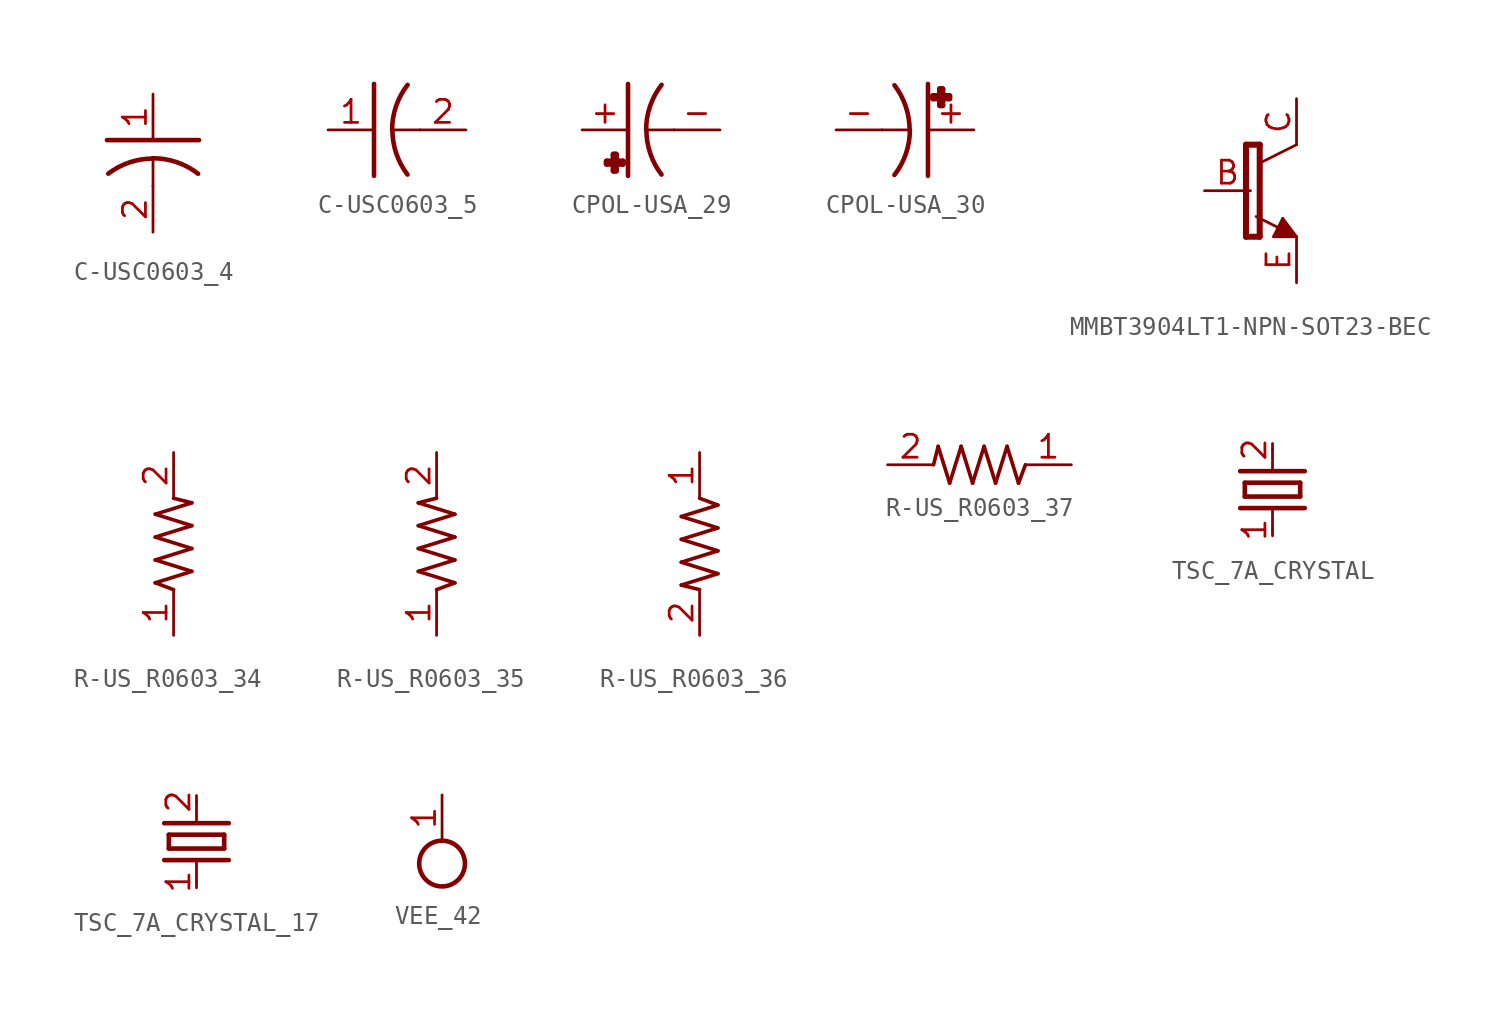
<source format=kicad_sym>
(kicad_symbol_lib
  (version 20231120)
  (generator "kicad_symbol_editor")
  (generator_version "8.0")
  (symbol "C-USC0603_4"
    (property "Reference" "C"
      (at 0 0 0)
      (effects (font (size 1.27 1.27)) (hide yes)))
    (property "ki_locked" ""
      (at 0 0 0)
      (effects (font (size 1.27 1.27))))
    (symbol "C-USC0603_4_1_0"
      (polyline (pts (xy -2.54 1.27) (xy 2.54 1.27)) (stroke (width 0.254) (type solid)) (fill (type none)))
      (polyline (pts (xy 0 0.254) (xy 0 -1.27)) (stroke (width 0.152) (type solid)) (fill (type none)))
      (arc (start 0 0.254) (mid -1.3021 0.0399) (end -2.467 -0.58) (stroke (width 0.254) (type solid)) (fill (type none)))
      (arc (start 2.489 -0.584) (mid 1.3157 0.0506) (end 0 0.2701) (stroke (width 0.254) (type solid)) (fill (type none)))
      (pin passive line (at 0 3.81 270) (length 2.54) (name "1" (effects (font (size 0 0)))) (number "1" (effects (font (size 1.27 1.27)))))
      (pin passive line (at 0 -3.81 90) (length 2.54) (name "2" (effects (font (size 0 0)))) (number "2" (effects (font (size 1.27 1.27)))))))
  (symbol "C-USC0603_5"
    (property "Reference" "C"
      (at 0 0 0)
      (effects (font (size 1.27 1.27)) (hide yes)))
    (property "ki_locked" ""
      (at 0 0 0)
      (effects (font (size 1.27 1.27))))
    (symbol "C-USC0603_5_1_0"
      (arc (start -0.254 0) (mid -0.0399 -1.3021) (end 0.58 -2.467) (stroke (width 0.254) (type solid)) (fill (type none)))
      (polyline (pts (xy -1.27 -2.54) (xy -1.27 2.54)) (stroke (width 0.254) (type solid)) (fill (type none)))
      (polyline (pts (xy -0.254 0) (xy 1.27 0)) (stroke (width 0.152) (type solid)) (fill (type none)))
      (arc (start 0.584 2.489) (mid -0.0506 1.3157) (end -0.27 0) (stroke (width 0.254) (type solid)) (fill (type none)))
      (pin passive line (at -3.81 0 0) (length 2.54) (name "1" (effects (font (size 0 0)))) (number "1" (effects (font (size 1.27 1.27)))))
      (pin passive line (at 3.81 0 180) (length 2.54) (name "2" (effects (font (size 0 0)))) (number "2" (effects (font (size 1.27 1.27)))))))
  (symbol "CPOL-USA_29"
    (property "Reference" "C"
      (at 0 0 0)
      (effects (font (size 1.27 1.27)) (hide yes)))
    (property "ki_locked" ""
      (at 0 0 0)
      (effects (font (size 1.27 1.27))))
    (symbol "CPOL-USA_29_1_0"
      (polyline (pts (xy -1.858 -1.872) (xy -1.858 -1.745)) (stroke (width 0.333) (type solid)) (fill (type none)))
      (polyline (pts (xy -1.858 -1.745) (xy -0.969 -1.745)) (stroke (width 0.333) (type solid)) (fill (type none)))
      (polyline (pts (xy -1.477 -2.253) (xy -1.477 -1.364)) (stroke (width 0.333) (type solid)) (fill (type none)))
      (polyline (pts (xy -1.477 -1.364) (xy -1.35 -1.364)) (stroke (width 0.333) (type solid)) (fill (type none)))
      (polyline (pts (xy -1.35 -2.253) (xy -1.477 -2.253)) (stroke (width 0.333) (type solid)) (fill (type none)))
      (polyline (pts (xy -1.35 -1.364) (xy -1.35 -2.253)) (stroke (width 0.333) (type solid)) (fill (type none)))
      (polyline (pts (xy -0.969 -1.872) (xy -1.858 -1.872)) (stroke (width 0.333) (type solid)) (fill (type none)))
      (polyline (pts (xy -0.969 -1.745) (xy -0.969 -1.872)) (stroke (width 0.333) (type solid)) (fill (type none)))
      (polyline (pts (xy -0.682 -2.54) (xy -0.682 2.54)) (stroke (width 0.254) (type solid)) (fill (type none)))
      (polyline (pts (xy 0.334 0) (xy 1.858 0)) (stroke (width 0.152) (type solid)) (fill (type none)))
      (arc (start 0.334 0) (mid 0.548 -1.3021) (end 1.168 -2.467) (stroke (width 0.254) (type solid)) (fill (type none)))
      (arc (start 1.172 2.489) (mid 0.5374 1.3157) (end 0.318 0) (stroke (width 0.254) (type solid)) (fill (type none)))
      (pin passive line (at -3.222 0 0) (length 2.54) (name "+" (effects (font (size 0 0)))) (number "+" (effects (font (size 1.27 1.27)))))
      (pin passive line (at 4.398 0 180) (length 2.54) (name "-" (effects (font (size 0 0)))) (number "-" (effects (font (size 1.27 1.27)))))))
  (symbol "CPOL-USA_30"
    (property "Reference" "C"
      (at 0 0 0)
      (effects (font (size 1.27 1.27)) (hide yes)))
    (property "ki_locked" ""
      (at 0 0 0)
      (effects (font (size 1.27 1.27))))
    (symbol "CPOL-USA_30_1_0"
      (arc (start -1.172 -2.489) (mid -0.5374 -1.3157) (end -0.318 0) (stroke (width 0.254) (type solid)) (fill (type none)))
      (arc (start -0.334 0) (mid -0.548 1.3021) (end -1.168 2.467) (stroke (width 0.254) (type solid)) (fill (type none)))
      (polyline (pts (xy -0.334 0) (xy -1.858 0)) (stroke (width 0.152) (type solid)) (fill (type none)))
      (polyline (pts (xy 0.682 2.54) (xy 0.682 -2.54)) (stroke (width 0.254) (type solid)) (fill (type none)))
      (polyline (pts (xy 0.969 1.744) (xy 0.969 1.872)) (stroke (width 0.333) (type solid)) (fill (type none)))
      (polyline (pts (xy 0.969 1.872) (xy 1.858 1.872)) (stroke (width 0.333) (type solid)) (fill (type none)))
      (polyline (pts (xy 1.35 1.364) (xy 1.35 2.253)) (stroke (width 0.333) (type solid)) (fill (type none)))
      (polyline (pts (xy 1.35 2.253) (xy 1.476 2.253)) (stroke (width 0.333) (type solid)) (fill (type none)))
      (polyline (pts (xy 1.476 1.364) (xy 1.35 1.364)) (stroke (width 0.333) (type solid)) (fill (type none)))
      (polyline (pts (xy 1.476 2.253) (xy 1.476 1.364)) (stroke (width 0.333) (type solid)) (fill (type none)))
      (polyline (pts (xy 1.858 1.744) (xy 0.969 1.744)) (stroke (width 0.333) (type solid)) (fill (type none)))
      (polyline (pts (xy 1.858 1.872) (xy 1.858 1.744)) (stroke (width 0.333) (type solid)) (fill (type none)))
      (pin passive line (at 3.222 0 180) (length 2.54) (name "+" (effects (font (size 0 0)))) (number "+" (effects (font (size 1.27 1.27)))))
      (pin passive line (at -4.398 0 0) (length 2.54) (name "-" (effects (font (size 0 0)))) (number "-" (effects (font (size 1.27 1.27)))))))
  (symbol "MMBT3904LT1-NPN-SOT23-BEC"
    (property "Reference" "Q"
      (at 0 0 0)
      (effects (font (size 1.27 1.27)) (hide yes)))
    (property "ki_locked" ""
      (at 0 0 0)
      (effects (font (size 1.27 1.27))))
    (symbol "MMBT3904LT1-NPN-SOT23-BEC_1_0"
      (polyline (pts (xy -1.395 -2.54) (xy -0.637 -2.54)) (stroke (width 0.333) (type solid)) (fill (type none)))
      (polyline (pts (xy -1.395 2.54) (xy -1.395 -2.54)) (stroke (width 0.333) (type solid)) (fill (type none)))
      (polyline (pts (xy -0.637 -2.54) (xy -0.637 2.54)) (stroke (width 0.333) (type solid)) (fill (type none)))
      (polyline (pts (xy -0.637 2.54) (xy -1.395 2.54)) (stroke (width 0.333) (type solid)) (fill (type none)))
      (polyline (pts (xy 0.125 -2.54) (xy 0.633 -1.524)) (stroke (width 0.152) (type solid)) (fill (type none)))
      (polyline (pts (xy 0.379 -2.413) (xy 1.141 -2.413)) (stroke (width 0.254) (type solid)) (fill (type none)))
      (polyline (pts (xy 0.379 -2.286) (xy 0.76 -2.286)) (stroke (width 0.254) (type solid)) (fill (type none)))
      (polyline (pts (xy 0.395 -2.04) (xy -0.837 -1.424)) (stroke (width 0.152) (type solid)) (fill (type none)))
      (polyline (pts (xy 0.633 -1.778) (xy 0.379 -2.286)) (stroke (width 0.254) (type solid)) (fill (type none)))
      (polyline (pts (xy 0.633 -1.524) (xy 1.395 -2.54)) (stroke (width 0.152) (type solid)) (fill (type none)))
      (polyline (pts (xy 0.76 -2.286) (xy 0.633 -2.032)) (stroke (width 0.254) (type solid)) (fill (type none)))
      (polyline (pts (xy 1.141 -2.413) (xy 0.633 -1.778)) (stroke (width 0.254) (type solid)) (fill (type none)))
      (polyline (pts (xy 1.395 -2.54) (xy 0.125 -2.54)) (stroke (width 0.152) (type solid)) (fill (type none)))
      (polyline (pts (xy 1.395 2.54) (xy -0.637 1.524)) (stroke (width 0.152) (type solid)) (fill (type none)))
      (pin passive line (at -3.685 0 0) (length 2.54) (name "B" (effects (font (size 0 0)))) (number "B" (effects (font (size 1.27 1.27)))))
      (pin passive line (at 1.395 5.08 270) (length 2.54) (name "C" (effects (font (size 0 0)))) (number "C" (effects (font (size 1.27 1.27)))))
      (pin passive line (at 1.395 -5.08 90) (length 2.54) (name "E" (effects (font (size 0 0)))) (number "E" (effects (font (size 1.27 1.27)))))))
  (symbol "R-US_R0603_34"
    (property "Reference" "R"
      (at 0 0 0)
      (effects (font (size 1.27 1.27)) (hide yes)))
    (property "ki_locked" ""
      (at 0 0 0)
      (effects (font (size 1.27 1.27))))
    (symbol "R-US_R0603_34_1_0"
      (polyline (pts (xy -1.016 -2.159) (xy 1.016 -1.524)) (stroke (width 0.203) (type solid)) (fill (type none)))
      (polyline (pts (xy -1.016 -0.889) (xy 1.016 -0.254)) (stroke (width 0.203) (type solid)) (fill (type none)))
      (polyline (pts (xy -1.016 0.381) (xy 1.016 1.016)) (stroke (width 0.203) (type solid)) (fill (type none)))
      (polyline (pts (xy -1.016 1.651) (xy 1.016 2.286)) (stroke (width 0.203) (type solid)) (fill (type none)))
      (polyline (pts (xy 0 -2.54) (xy -1.016 -2.159)) (stroke (width 0.203) (type solid)) (fill (type none)))
      (polyline (pts (xy 1.016 -1.524) (xy -1.016 -0.889)) (stroke (width 0.203) (type solid)) (fill (type none)))
      (polyline (pts (xy 1.016 -0.254) (xy -1.016 0.381)) (stroke (width 0.203) (type solid)) (fill (type none)))
      (polyline (pts (xy 1.016 1.016) (xy -1.016 1.651)) (stroke (width 0.203) (type solid)) (fill (type none)))
      (polyline (pts (xy 1.016 2.286) (xy 0 2.54)) (stroke (width 0.203) (type solid)) (fill (type none)))
      (pin passive line (at 0 -5.08 90) (length 2.54) (name "1" (effects (font (size 0 0)))) (number "1" (effects (font (size 1.27 1.27)))))
      (pin passive line (at 0 5.08 270) (length 2.54) (name "2" (effects (font (size 0 0)))) (number "2" (effects (font (size 1.27 1.27)))))))
  (symbol "R-US_R0603_35"
    (property "Reference" "R"
      (at 0 0 0)
      (effects (font (size 1.27 1.27)) (hide yes)))
    (property "ki_locked" ""
      (at 0 0 0)
      (effects (font (size 1.27 1.27))))
    (symbol "R-US_R0603_35_1_0"
      (polyline (pts (xy -1.016 -1.524) (xy 1.016 -0.889)) (stroke (width 0.203) (type solid)) (fill (type none)))
      (polyline (pts (xy -1.016 -0.254) (xy 1.016 0.381)) (stroke (width 0.203) (type solid)) (fill (type none)))
      (polyline (pts (xy -1.016 1.016) (xy 1.016 1.651)) (stroke (width 0.203) (type solid)) (fill (type none)))
      (polyline (pts (xy -1.016 2.286) (xy 0 2.54)) (stroke (width 0.203) (type solid)) (fill (type none)))
      (polyline (pts (xy 0 -2.54) (xy 1.016 -2.159)) (stroke (width 0.203) (type solid)) (fill (type none)))
      (polyline (pts (xy 1.016 -2.159) (xy -1.016 -1.524)) (stroke (width 0.203) (type solid)) (fill (type none)))
      (polyline (pts (xy 1.016 -0.889) (xy -1.016 -0.254)) (stroke (width 0.203) (type solid)) (fill (type none)))
      (polyline (pts (xy 1.016 0.381) (xy -1.016 1.016)) (stroke (width 0.203) (type solid)) (fill (type none)))
      (polyline (pts (xy 1.016 1.651) (xy -1.016 2.286)) (stroke (width 0.203) (type solid)) (fill (type none)))
      (pin passive line (at 0 -5.08 90) (length 2.54) (name "1" (effects (font (size 0 0)))) (number "1" (effects (font (size 1.27 1.27)))))
      (pin passive line (at 0 5.08 270) (length 2.54) (name "2" (effects (font (size 0 0)))) (number "2" (effects (font (size 1.27 1.27)))))))
  (symbol "R-US_R0603_36"
    (property "Reference" "R"
      (at 0 0 0)
      (effects (font (size 1.27 1.27)) (hide yes)))
    (property "ki_locked" ""
      (at 0 0 0)
      (effects (font (size 1.27 1.27))))
    (symbol "R-US_R0603_36_1_0"
      (polyline (pts (xy -1.016 -2.286) (xy 0 -2.54)) (stroke (width 0.203) (type solid)) (fill (type none)))
      (polyline (pts (xy -1.016 -1.016) (xy 1.016 -1.651)) (stroke (width 0.203) (type solid)) (fill (type none)))
      (polyline (pts (xy -1.016 0.254) (xy 1.016 -0.381)) (stroke (width 0.203) (type solid)) (fill (type none)))
      (polyline (pts (xy -1.016 1.524) (xy 1.016 0.889)) (stroke (width 0.203) (type solid)) (fill (type none)))
      (polyline (pts (xy 0 2.54) (xy 1.016 2.159)) (stroke (width 0.203) (type solid)) (fill (type none)))
      (polyline (pts (xy 1.016 -1.651) (xy -1.016 -2.286)) (stroke (width 0.203) (type solid)) (fill (type none)))
      (polyline (pts (xy 1.016 -0.381) (xy -1.016 -1.016)) (stroke (width 0.203) (type solid)) (fill (type none)))
      (polyline (pts (xy 1.016 0.889) (xy -1.016 0.254)) (stroke (width 0.203) (type solid)) (fill (type none)))
      (polyline (pts (xy 1.016 2.159) (xy -1.016 1.524)) (stroke (width 0.203) (type solid)) (fill (type none)))
      (pin passive line (at 0 5.08 270) (length 2.54) (name "1" (effects (font (size 0 0)))) (number "1" (effects (font (size 1.27 1.27)))))
      (pin passive line (at 0 -5.08 90) (length 2.54) (name "2" (effects (font (size 0 0)))) (number "2" (effects (font (size 1.27 1.27)))))))
  (symbol "R-US_R0603_37"
    (property "Reference" "R"
      (at 0 0 0)
      (effects (font (size 1.27 1.27)) (hide yes)))
    (property "ki_locked" ""
      (at 0 0 0)
      (effects (font (size 1.27 1.27))))
    (symbol "R-US_R0603_37_1_0"
      (polyline (pts (xy -2.286 1.016) (xy -2.54 0)) (stroke (width 0.203) (type solid)) (fill (type none)))
      (polyline (pts (xy -1.651 -1.016) (xy -2.286 1.016)) (stroke (width 0.203) (type solid)) (fill (type none)))
      (polyline (pts (xy -1.016 1.016) (xy -1.651 -1.016)) (stroke (width 0.203) (type solid)) (fill (type none)))
      (polyline (pts (xy -0.381 -1.016) (xy -1.016 1.016)) (stroke (width 0.203) (type solid)) (fill (type none)))
      (polyline (pts (xy 0.254 1.016) (xy -0.381 -1.016)) (stroke (width 0.203) (type solid)) (fill (type none)))
      (polyline (pts (xy 0.889 -1.016) (xy 0.254 1.016)) (stroke (width 0.203) (type solid)) (fill (type none)))
      (polyline (pts (xy 1.524 1.016) (xy 0.889 -1.016)) (stroke (width 0.203) (type solid)) (fill (type none)))
      (polyline (pts (xy 2.159 -1.016) (xy 1.524 1.016)) (stroke (width 0.203) (type solid)) (fill (type none)))
      (polyline (pts (xy 2.54 0) (xy 2.159 -1.016)) (stroke (width 0.203) (type solid)) (fill (type none)))
      (pin passive line (at 5.08 0 180) (length 2.54) (name "1" (effects (font (size 0 0)))) (number "1" (effects (font (size 1.27 1.27)))))
      (pin passive line (at -5.08 0 0) (length 2.54) (name "2" (effects (font (size 0 0)))) (number "2" (effects (font (size 1.27 1.27)))))))
  (symbol "TSC_7A_CRYSTAL"
    (property "Reference" "Q"
      (at 0 0 0)
      (effects (font (size 1.27 1.27)) (hide yes)))
    (property "ki_locked" ""
      (at 0 0 0)
      (effects (font (size 1.27 1.27))))
    (symbol "TSC_7A_CRYSTAL_1_0"
      (polyline (pts (xy -1.524 -0.381) (xy -1.524 0.381)) (stroke (width 0.254) (type solid)) (fill (type none)))
      (polyline (pts (xy -1.524 0.381) (xy 1.524 0.381)) (stroke (width 0.254) (type solid)) (fill (type none)))
      (polyline (pts (xy 0 -2.54) (xy 0 -1.016)) (stroke (width 0.152) (type solid)) (fill (type none)))
      (polyline (pts (xy 0 1.016) (xy 0 2.54)) (stroke (width 0.152) (type solid)) (fill (type none)))
      (polyline (pts (xy 1.524 -0.381) (xy -1.524 -0.381)) (stroke (width 0.254) (type solid)) (fill (type none)))
      (polyline (pts (xy 1.524 0.381) (xy 1.524 -0.381)) (stroke (width 0.254) (type solid)) (fill (type none)))
      (polyline (pts (xy 1.778 -1.016) (xy -1.778 -1.016)) (stroke (width 0.254) (type solid)) (fill (type none)))
      (polyline (pts (xy 1.778 1.016) (xy -1.778 1.016)) (stroke (width 0.254) (type solid)) (fill (type none)))
      (pin passive line (at 0 -2.207 90) (length 0) (name "1" (effects (font (size 0 0)))) (number "1" (effects (font (size 1.27 1.27)))))
      (pin passive line (at 0 2.207 270) (length 0) (name "2" (effects (font (size 0 0)))) (number "2" (effects (font (size 1.27 1.27)))))))
  (symbol "TSC_7A_CRYSTAL_17"
    (property "Reference" "Q"
      (at 0 0 0)
      (effects (font (size 1.27 1.27)) (hide yes)))
    (property "ki_locked" ""
      (at 0 0 0)
      (effects (font (size 1.27 1.27))))
    (symbol "TSC_7A_CRYSTAL_17_1_0"
      (polyline (pts (xy -1.778 -1.016) (xy 1.778 -1.016)) (stroke (width 0.254) (type solid)) (fill (type none)))
      (polyline (pts (xy -1.778 1.016) (xy 1.778 1.016)) (stroke (width 0.254) (type solid)) (fill (type none)))
      (polyline (pts (xy -1.524 -0.381) (xy 1.524 -0.381)) (stroke (width 0.254) (type solid)) (fill (type none)))
      (polyline (pts (xy -1.524 0.381) (xy -1.524 -0.381)) (stroke (width 0.254) (type solid)) (fill (type none)))
      (polyline (pts (xy 0 -2.54) (xy 0 -1.016)) (stroke (width 0.152) (type solid)) (fill (type none)))
      (polyline (pts (xy 0 1.016) (xy 0 2.54)) (stroke (width 0.152) (type solid)) (fill (type none)))
      (polyline (pts (xy 1.524 -0.381) (xy 1.524 0.381)) (stroke (width 0.254) (type solid)) (fill (type none)))
      (polyline (pts (xy 1.524 0.381) (xy -1.524 0.381)) (stroke (width 0.254) (type solid)) (fill (type none)))
      (pin passive line (at 0 -2.207 90) (length 0) (name "1" (effects (font (size 0 0)))) (number "1" (effects (font (size 1.27 1.27)))))
      (pin passive line (at 0 2.207 270) (length 0) (name "2" (effects (font (size 0 0)))) (number "2" (effects (font (size 1.27 1.27)))))))
  (symbol "VEE_42"
    (power)
    (property "Reference" "#SUPPLY"
      (at 0 0 0)
      (effects (font (size 1.27 1.27)) (hide yes)))
    (property "ki_locked" ""
      (at 0 0 0)
      (effects (font (size 1.27 1.27))))
    (symbol "VEE_42_1_0"
      (circle (center 0 0) (radius 1.27) (stroke (width 0.254) (type solid)) (fill (type none)))
      (pin power_in line (at 0 3.81 270) (length 2.54) (name "VEE" (effects (font (size 0 0)))) (number "1" (effects (font (size 1.27 1.27))))))))
</source>
